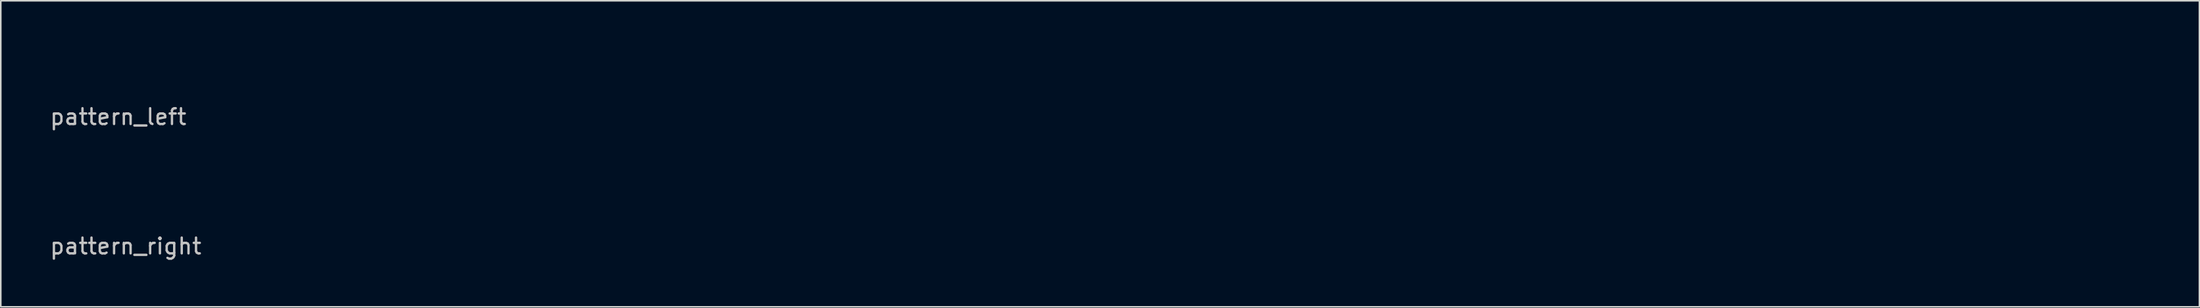
<source format=kicad_pcb>
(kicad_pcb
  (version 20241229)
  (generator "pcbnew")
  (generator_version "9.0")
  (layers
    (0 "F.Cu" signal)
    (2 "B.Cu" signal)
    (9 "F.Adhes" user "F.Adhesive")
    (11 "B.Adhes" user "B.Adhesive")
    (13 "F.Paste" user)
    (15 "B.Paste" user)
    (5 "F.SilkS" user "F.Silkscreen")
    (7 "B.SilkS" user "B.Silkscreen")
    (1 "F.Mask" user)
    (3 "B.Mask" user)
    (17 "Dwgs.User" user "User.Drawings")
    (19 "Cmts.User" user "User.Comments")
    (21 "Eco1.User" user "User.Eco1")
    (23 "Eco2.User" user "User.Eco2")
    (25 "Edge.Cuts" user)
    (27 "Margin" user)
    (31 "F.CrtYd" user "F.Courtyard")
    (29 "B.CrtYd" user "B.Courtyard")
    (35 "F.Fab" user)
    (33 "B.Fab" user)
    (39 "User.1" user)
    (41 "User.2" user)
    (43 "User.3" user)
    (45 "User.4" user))
  (footprint "pattern_right"
    (layer "F.Cu")
    (at 4.911 12.068)
    (property "Reference" "pattern_right" (at 0 0.5 0) (layer "Dwgs.User") (effects (font (size 1 1) (thickness 0.15))))
    (attr through_hole)
    (fp_poly (pts (xy 2.54 0) (xy 0 0) (xy 1.27 -1.27)) (stroke (width 0.1) (type solid)) (fill yes) (layer "F.Mask"))
    (fp_poly (pts (xy 7.62 -2.54) (xy 6.35 -3.81) (xy 8.89 -3.81)) (stroke (width 0.1) (type solid)) (fill yes) (layer "F.Mask"))
    (fp_poly (pts (xy 15.24 0) (xy 12.7 0) (xy 13.97 -1.27)) (stroke (width 0.1) (type solid)) (fill yes) (layer "F.Mask"))
    (fp_poly (pts (xy 20.32 -2.54) (xy 19.05 -3.81) (xy 21.59 -3.81)) (stroke (width 0.1) (type solid)) (fill yes) (layer "F.Mask"))
    (fp_poly (pts (xy 27.94 0) (xy 25.4 0) (xy 26.67 -1.27)) (stroke (width 0.1) (type solid)) (fill yes) (layer "F.Mask"))
    (fp_poly (pts (xy 33.02 -2.54) (xy 31.75 -3.81) (xy 34.29 -3.81)) (stroke (width 0.1) (type solid)) (fill yes) (layer "F.Mask"))
    (fp_poly (pts (xy 40.64 0) (xy 38.1 0) (xy 39.37 -1.27)) (stroke (width 0.1) (type solid)) (fill yes) (layer "F.Mask"))
    (fp_poly (pts (xy 45.72 -2.54) (xy 44.45 -3.81) (xy 46.99 -3.81)) (stroke (width 0.1) (type solid)) (fill yes) (layer "F.Mask"))
    (fp_poly (pts (xy 53.34 0) (xy 50.8 0) (xy 52.07 -1.27)) (stroke (width 0.1) (type solid)) (fill yes) (layer "F.Mask"))
    (fp_poly (pts (xy 58.42 -2.54) (xy 57.15 -3.81) (xy 59.69 -3.81)) (stroke (width 0.1) (type solid)) (fill yes) (layer "F.Mask"))
    (fp_poly (pts (xy 66.04 0) (xy 63.5 0) (xy 64.77 -1.27)) (stroke (width 0.1) (type solid)) (fill yes) (layer "F.Mask"))
    (fp_poly (pts (xy 71.12 -2.54) (xy 69.85 -3.81) (xy 72.39 -3.81)) (stroke (width 0.1) (type solid)) (fill yes) (layer "F.Mask"))
    (fp_poly (pts (xy 78.74 0) (xy 76.2 0) (xy 77.47 -1.27)) (stroke (width 0.1) (type solid)) (fill yes) (layer "F.Mask"))
    (fp_poly (pts (xy 83.82 -2.54) (xy 82.55 -3.81) (xy 85.09 -3.81)) (stroke (width 0.1) (type solid)) (fill yes) (layer "F.Mask"))
    (fp_poly (pts (xy 91.44 0) (xy 88.9 0) (xy 90.17 -1.27)) (stroke (width 0.1) (type solid)) (fill yes) (layer "F.Mask"))
    (fp_poly (pts (xy 96.52 -2.54) (xy 95.25 -3.81) (xy 97.79 -3.81)) (stroke (width 0.1) (type solid)) (fill yes) (layer "F.Mask"))
    (fp_poly (pts (xy 104.14 0) (xy 101.6 0) (xy 102.87 -1.27)) (stroke (width 0.1) (type solid)) (fill yes) (layer "F.Mask"))
    (fp_poly (pts (xy 109.22 -2.54) (xy 107.95 -3.81) (xy 110.49 -3.81)) (stroke (width 0.1) (type solid)) (fill yes) (layer "F.Mask"))
    (fp_poly (pts (xy 116.84 0) (xy 114.3 0) (xy 115.57 -1.27)) (stroke (width 0.1) (type solid)) (fill yes) (layer "F.Mask"))
    (fp_poly (pts (xy 121.92 -2.54) (xy 120.65 -3.81) (xy 123.19 -3.81)) (stroke (width 0.1) (type solid)) (fill yes) (layer "F.Mask"))
    (fp_poly (pts (xy 7.62 0) (xy 5.08 0) (xy 2.54 -2.54) (xy 3.81 -3.81)) (stroke (width 0.1) (type solid)) (fill yes) (layer "F.Mask"))
    (fp_poly (pts (xy 10.16 0) (xy 8.89 -1.27) (xy 11.43 -3.81) (xy 13.97 -3.81)) (stroke (width 0.1) (type solid)) (fill yes) (layer "F.Mask"))
    (fp_poly (pts (xy 20.32 0) (xy 17.78 0) (xy 15.24 -2.54) (xy 16.51 -3.81)) (stroke (width 0.1) (type solid)) (fill yes) (layer "F.Mask"))
    (fp_poly (pts (xy 22.86 0) (xy 21.59 -1.27) (xy 24.13 -3.81) (xy 26.67 -3.81)) (stroke (width 0.1) (type solid)) (fill yes) (layer "F.Mask"))
    (fp_poly (pts (xy 33.02 0) (xy 30.48 0) (xy 27.94 -2.54) (xy 29.21 -3.81)) (stroke (width 0.1) (type solid)) (fill yes) (layer "F.Mask"))
    (fp_poly (pts (xy 35.56 0) (xy 34.29 -1.27) (xy 36.83 -3.81) (xy 39.37 -3.81)) (stroke (width 0.1) (type solid)) (fill yes) (layer "F.Mask"))
    (fp_poly (pts (xy 45.72 0) (xy 43.18 0) (xy 40.64 -2.54) (xy 41.91 -3.81)) (stroke (width 0.1) (type solid)) (fill yes) (layer "F.Mask"))
    (fp_poly (pts (xy 48.26 0) (xy 46.99 -1.27) (xy 49.53 -3.81) (xy 52.07 -3.81)) (stroke (width 0.1) (type solid)) (fill yes) (layer "F.Mask"))
    (fp_poly (pts (xy 58.42 0) (xy 55.88 0) (xy 53.34 -2.54) (xy 54.61 -3.81)) (stroke (width 0.1) (type solid)) (fill yes) (layer "F.Mask"))
    (fp_poly (pts (xy 60.96 0) (xy 59.69 -1.27) (xy 62.23 -3.81) (xy 64.77 -3.81)) (stroke (width 0.1) (type solid)) (fill yes) (layer "F.Mask"))
    (fp_poly (pts (xy 71.12 0) (xy 68.58 0) (xy 66.04 -2.54) (xy 67.31 -3.81)) (stroke (width 0.1) (type solid)) (fill yes) (layer "F.Mask"))
    (fp_poly (pts (xy 73.66 0) (xy 72.39 -1.27) (xy 74.93 -3.81) (xy 77.47 -3.81)) (stroke (width 0.1) (type solid)) (fill yes) (layer "F.Mask"))
    (fp_poly (pts (xy 83.82 0) (xy 81.28 0) (xy 78.74 -2.54) (xy 80.01 -3.81)) (stroke (width 0.1) (type solid)) (fill yes) (layer "F.Mask"))
    (fp_poly (pts (xy 86.36 0) (xy 85.09 -1.27) (xy 87.63 -3.81) (xy 90.17 -3.81)) (stroke (width 0.1) (type solid)) (fill yes) (layer "F.Mask"))
    (fp_poly (pts (xy 96.52 0) (xy 93.98 0) (xy 91.44 -2.54) (xy 92.71 -3.81)) (stroke (width 0.1) (type solid)) (fill yes) (layer "F.Mask"))
    (fp_poly (pts (xy 99.06 0) (xy 97.79 -1.27) (xy 100.33 -3.81) (xy 102.87 -3.81)) (stroke (width 0.1) (type solid)) (fill yes) (layer "F.Mask"))
    (fp_poly (pts (xy 109.22 0) (xy 106.68 0) (xy 104.14 -2.54) (xy 105.41 -3.81)) (stroke (width 0.1) (type solid)) (fill yes) (layer "F.Mask"))
    (fp_poly (pts (xy 111.76 0) (xy 110.49 -1.27) (xy 113.03 -3.81) (xy 115.57 -3.81)) (stroke (width 0.1) (type solid)) (fill yes) (layer "F.Mask"))
    (fp_poly (pts (xy 121.92 0) (xy 119.38 0) (xy 116.84 -2.54) (xy 118.11 -3.81)) (stroke (width 0.1) (type solid)) (fill yes) (layer "F.Mask"))
    (fp_poly (pts (xy 124.46 0) (xy 123.19 -1.27) (xy 125.73 -3.81) (xy 128.27 -3.81)) (stroke (width 0.1) (type solid)) (fill yes) (layer "F.Mask")))
  (footprint "pattern_left"
    (layer "F.Cu")
    (at 4.435 3.86)
    (property "Reference" "pattern_left" (at 0 0.5 0) (layer "Dwgs.User") (effects (font (size 1 1) (thickness 0.15))))
    (attr through_hole)
    (fp_poly (pts (xy 1.27 -2.54) (xy 0 -3.81) (xy 2.54 -3.81)) (stroke (width 0.1) (type solid)) (fill yes) (layer "F.Mask"))
    (fp_poly (pts (xy 8.89 0) (xy 6.35 0) (xy 7.62 -1.27)) (stroke (width 0.1) (type solid)) (fill yes) (layer "F.Mask"))
    (fp_poly (pts (xy 13.97 -2.54) (xy 12.7 -3.81) (xy 15.24 -3.81)) (stroke (width 0.1) (type solid)) (fill yes) (layer "F.Mask"))
    (fp_poly (pts (xy 21.59 0) (xy 19.05 0) (xy 20.32 -1.27)) (stroke (width 0.1) (type solid)) (fill yes) (layer "F.Mask"))
    (fp_poly (pts (xy 26.67 -2.54) (xy 25.4 -3.81) (xy 27.94 -3.81)) (stroke (width 0.1) (type solid)) (fill yes) (layer "F.Mask"))
    (fp_poly (pts (xy 34.29 0) (xy 31.75 0) (xy 33.02 -1.27)) (stroke (width 0.1) (type solid)) (fill yes) (layer "F.Mask"))
    (fp_poly (pts (xy 39.37 -2.54) (xy 38.1 -3.81) (xy 40.64 -3.81)) (stroke (width 0.1) (type solid)) (fill yes) (layer "F.Mask"))
    (fp_poly (pts (xy 46.99 0) (xy 44.45 0) (xy 45.72 -1.27)) (stroke (width 0.1) (type solid)) (fill yes) (layer "F.Mask"))
    (fp_poly (pts (xy 52.07 -2.54) (xy 50.8 -3.81) (xy 53.34 -3.81)) (stroke (width 0.1) (type solid)) (fill yes) (layer "F.Mask"))
    (fp_poly (pts (xy 59.69 0) (xy 57.15 0) (xy 58.42 -1.27)) (stroke (width 0.1) (type solid)) (fill yes) (layer "F.Mask"))
    (fp_poly (pts (xy 64.77 -2.54) (xy 63.5 -3.81) (xy 66.04 -3.81)) (stroke (width 0.1) (type solid)) (fill yes) (layer "F.Mask"))
    (fp_poly (pts (xy 72.39 0) (xy 69.85 0) (xy 71.12 -1.27)) (stroke (width 0.1) (type solid)) (fill yes) (layer "F.Mask"))
    (fp_poly (pts (xy 77.47 -2.54) (xy 76.2 -3.81) (xy 78.74 -3.81)) (stroke (width 0.1) (type solid)) (fill yes) (layer "F.Mask"))
    (fp_poly (pts (xy 85.09 0) (xy 82.55 0) (xy 83.82 -1.27)) (stroke (width 0.1) (type solid)) (fill yes) (layer "F.Mask"))
    (fp_poly (pts (xy 90.17 -2.54) (xy 88.9 -3.81) (xy 91.44 -3.81)) (stroke (width 0.1) (type solid)) (fill yes) (layer "F.Mask"))
    (fp_poly (pts (xy 97.79 0) (xy 95.25 0) (xy 96.52 -1.27)) (stroke (width 0.1) (type solid)) (fill yes) (layer "F.Mask"))
    (fp_poly (pts (xy 3.81 0) (xy 2.54 -1.27) (xy 5.08 -3.81) (xy 7.62 -3.81)) (stroke (width 0.1) (type solid)) (fill yes) (layer "F.Mask"))
    (fp_poly (pts (xy 13.97 0) (xy 11.43 0) (xy 8.89 -2.54) (xy 10.16 -3.81)) (stroke (width 0.1) (type solid)) (fill yes) (layer "F.Mask"))
    (fp_poly (pts (xy 16.51 0) (xy 15.24 -1.27) (xy 17.78 -3.81) (xy 20.32 -3.81)) (stroke (width 0.1) (type solid)) (fill yes) (layer "F.Mask"))
    (fp_poly (pts (xy 26.67 0) (xy 24.13 0) (xy 21.59 -2.54) (xy 22.86 -3.81)) (stroke (width 0.1) (type solid)) (fill yes) (layer "F.Mask"))
    (fp_poly (pts (xy 29.21 0) (xy 27.94 -1.27) (xy 30.48 -3.81) (xy 33.02 -3.81)) (stroke (width 0.1) (type solid)) (fill yes) (layer "F.Mask"))
    (fp_poly (pts (xy 39.37 0) (xy 36.83 0) (xy 34.29 -2.54) (xy 35.56 -3.81)) (stroke (width 0.1) (type solid)) (fill yes) (layer "F.Mask"))
    (fp_poly (pts (xy 41.91 0) (xy 40.64 -1.27) (xy 43.18 -3.81) (xy 45.72 -3.81)) (stroke (width 0.1) (type solid)) (fill yes) (layer "F.Mask"))
    (fp_poly (pts (xy 52.07 0) (xy 49.53 0) (xy 46.99 -2.54) (xy 48.26 -3.81)) (stroke (width 0.1) (type solid)) (fill yes) (layer "F.Mask"))
    (fp_poly (pts (xy 54.61 0) (xy 53.34 -1.27) (xy 55.88 -3.81) (xy 58.42 -3.81)) (stroke (width 0.1) (type solid)) (fill yes) (layer "F.Mask"))
    (fp_poly (pts (xy 64.77 0) (xy 62.23 0) (xy 59.69 -2.54) (xy 60.96 -3.81)) (stroke (width 0.1) (type solid)) (fill yes) (layer "F.Mask"))
    (fp_poly (pts (xy 67.31 0) (xy 66.04 -1.27) (xy 68.58 -3.81) (xy 71.12 -3.81)) (stroke (width 0.1) (type solid)) (fill yes) (layer "F.Mask"))
    (fp_poly (pts (xy 77.47 0) (xy 74.93 0) (xy 72.39 -2.54) (xy 73.66 -3.81)) (stroke (width 0.1) (type solid)) (fill yes) (layer "F.Mask"))
    (fp_poly (pts (xy 80.01 0) (xy 78.74 -1.27) (xy 81.28 -3.81) (xy 83.82 -3.81)) (stroke (width 0.1) (type solid)) (fill yes) (layer "F.Mask"))
    (fp_poly (pts (xy 90.17 0) (xy 87.63 0) (xy 85.09 -2.54) (xy 86.36 -3.81)) (stroke (width 0.1) (type solid)) (fill yes) (layer "F.Mask"))
    (fp_poly (pts (xy 92.71 0) (xy 91.44 -1.27) (xy 93.98 -3.81) (xy 96.52 -3.81)) (stroke (width 0.1) (type solid)) (fill yes) (layer "F.Mask"))
    (fp_poly (pts (xy 102.87 0) (xy 100.33 0) (xy 97.79 -2.54) (xy 99.06 -3.81)) (stroke (width 0.1) (type solid)) (fill yes) (layer "F.Mask")))
  (gr_rect
    (start -3 -3)
    (end 136.231 16.416)
    (stroke (width 0.1) (type default))
    (fill no)
    (layer "Edge.Cuts")))
</source>
